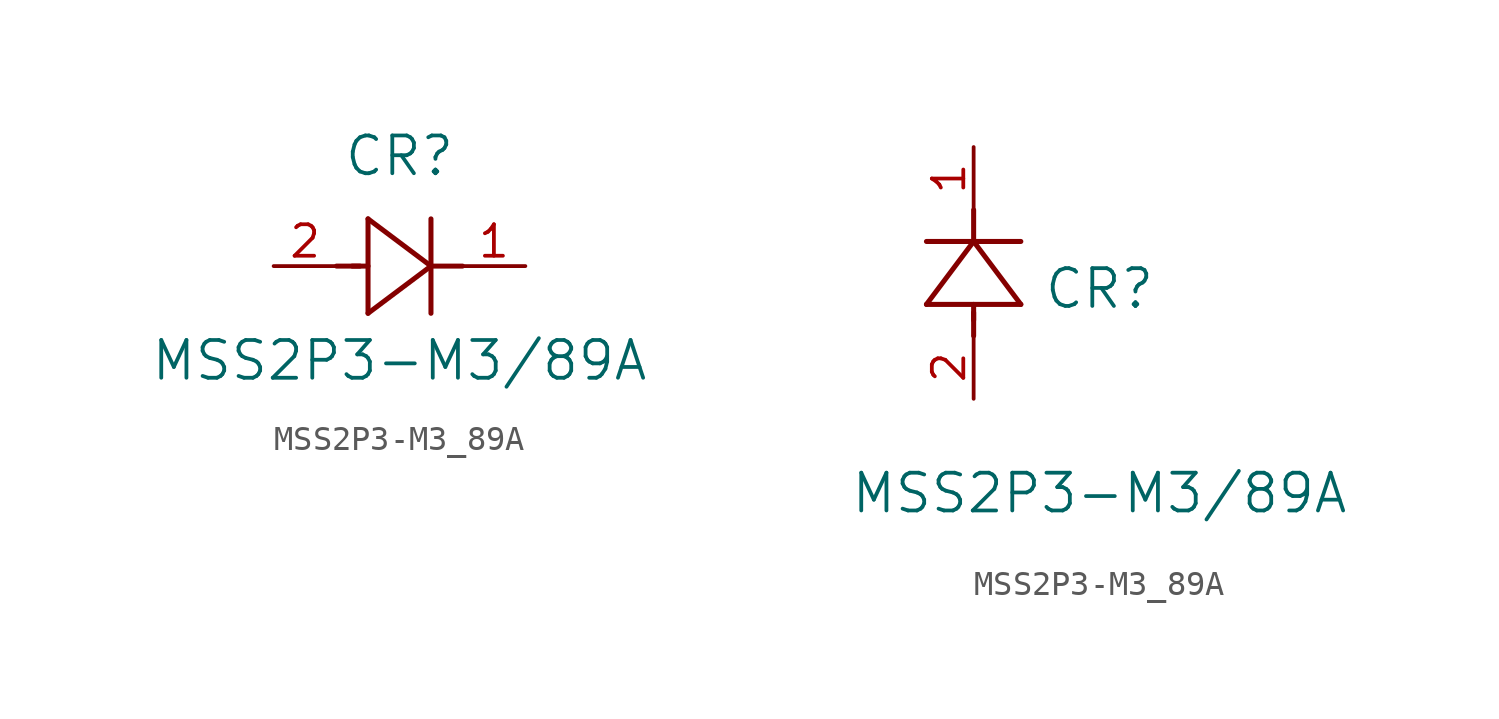
<source format=kicad_sym>
(kicad_symbol_lib
  (version 20211014)
  (generator kicad_symbol_editor)
  (symbol "MSS2P3-M3_89A"
    (pin_names
      (offset 0.254))
    (property "Reference" "CR"
      (at 5.08 4.445 0)
      (effects (font (size 1.524 1.524))))
    (property "Value" "MSS2P3-M3/89A"
      (at 5.08 -3.81 0)
      (effects (font (size 1.524 1.524))))
    (symbol "MSS2P3-M3_89A_1_1"
      (polyline (pts (xy 2.54 0) (xy 3.48 0)) (stroke (width 0.203) (type default) (color 0 0 0 0)) (fill (type none)))
      (polyline (pts (xy 3.81 1.905) (xy 3.81 -1.905)) (stroke (width 0.203) (type default) (color 0 0 0 0)) (fill (type none)))
      (polyline (pts (xy 3.175 0) (xy 3.81 0)) (stroke (width 0.203) (type default) (color 0 0 0 0)) (fill (type none)))
      (polyline (pts (xy 6.35 -1.905) (xy 6.35 1.905)) (stroke (width 0.203) (type default) (color 0 0 0 0)) (fill (type none)))
      (polyline (pts (xy 6.35 0) (xy 7.62 0)) (stroke (width 0.203) (type default) (color 0 0 0 0)) (fill (type none)))
      (polyline (pts (xy 6.35 0) (xy 3.81 1.905)) (stroke (width 0.203) (type default) (color 0 0 0 0)) (fill (type none)))
      (polyline (pts (xy 3.81 -1.905) (xy 6.35 0)) (stroke (width 0.203) (type default) (color 0 0 0 0)) (fill (type none)))
      (pin unspecified line (at 0 0 0) (length 2.54) (name "" (effects (font (size 1.27 1.27)))) (number "2" (effects (font (size 1.27 1.27)))))
      (pin unspecified line (at 10.16 0 180) (length 2.54) (name "" (effects (font (size 1.27 1.27)))) (number "1" (effects (font (size 1.27 1.27))))))
    (symbol "MSS2P3-M3_89A_1_2"
      (polyline (pts (xy 0 2.54) (xy 0 3.48)) (stroke (width 0.203) (type default) (color 0 0 0 0)) (fill (type none)))
      (polyline (pts (xy -1.905 3.81) (xy 1.905 3.81)) (stroke (width 0.203) (type default) (color 0 0 0 0)) (fill (type none)))
      (polyline (pts (xy 0 3.175) (xy 0 3.81)) (stroke (width 0.203) (type default) (color 0 0 0 0)) (fill (type none)))
      (polyline (pts (xy 1.905 6.35) (xy -1.905 6.35)) (stroke (width 0.203) (type default) (color 0 0 0 0)) (fill (type none)))
      (polyline (pts (xy 0 6.35) (xy 0 7.62)) (stroke (width 0.203) (type default) (color 0 0 0 0)) (fill (type none)))
      (polyline (pts (xy 0 6.35) (xy -1.905 3.81)) (stroke (width 0.203) (type default) (color 0 0 0 0)) (fill (type none)))
      (polyline (pts (xy 1.905 3.81) (xy 0 6.35)) (stroke (width 0.203) (type default) (color 0 0 0 0)) (fill (type none)))
      (pin unspecified line (at 0 0 90) (length 2.54) (name "" (effects (font (size 1.27 1.27)))) (number "2" (effects (font (size 1.27 1.27)))))
      (pin unspecified line (at 0 10.16 270) (length 2.54) (name "" (effects (font (size 1.27 1.27)))) (number "1" (effects (font (size 1.27 1.27))))))))
</source>
